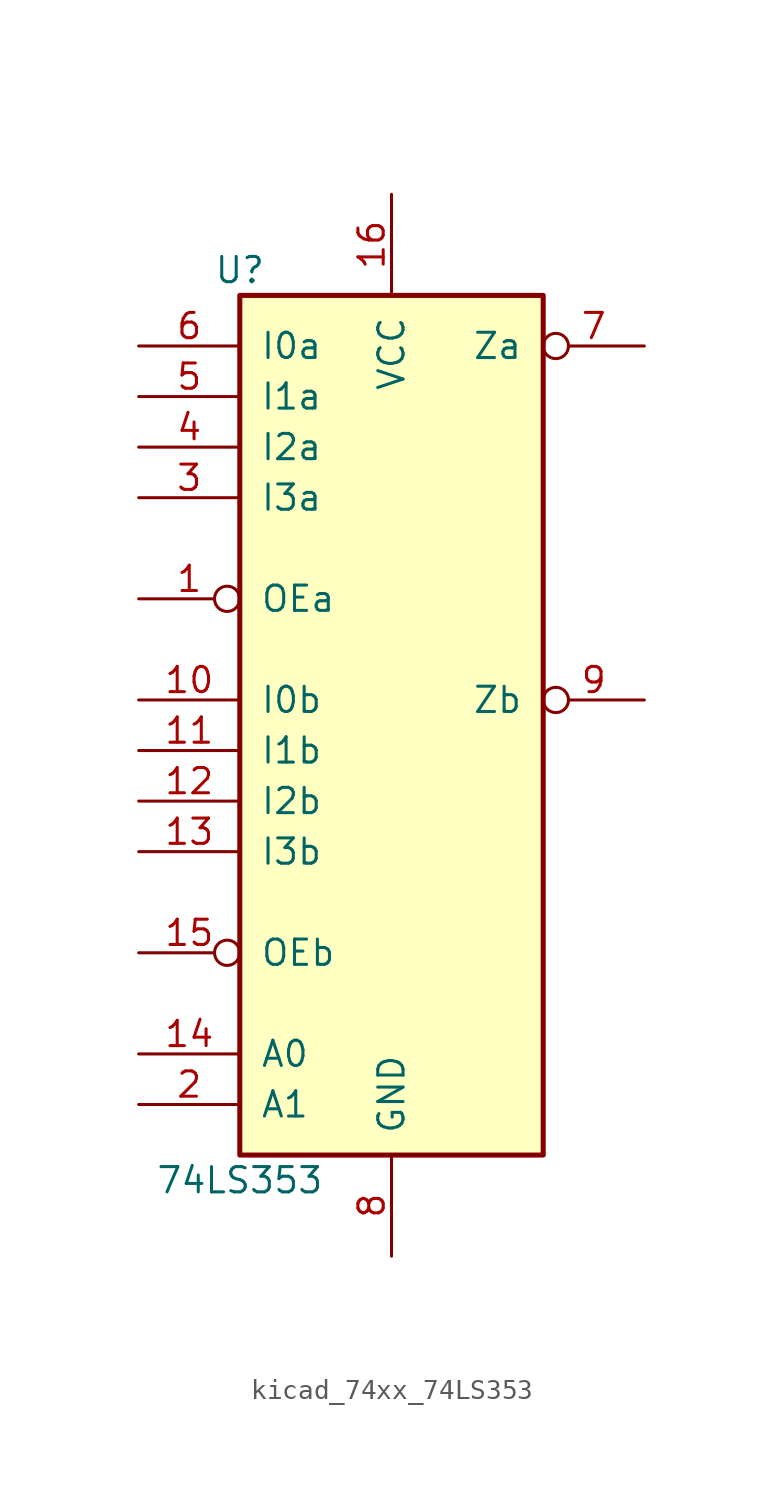
<source format=kicad_sym>
(kicad_symbol_lib
  (version 20220914)
  (generator kicad_symbol_editor)
  (symbol "kicad_74xx_74LS353"
    (pin_names
      (offset 1.016))
    (property "Reference" "U"
      (at -7.62 21.59 0)
      (effects (font (size 1.27 1.27))))
    (property "Value" "74LS353"
      (at -7.62 -24.13 0)
      (effects (font (size 1.27 1.27))))
    (property "ki_locked" ""
      (at 0 0 0)
      (effects (font (size 1.27 1.27))))
    (symbol "kicad_74xx_74LS353_1_0"
      (pin input inverted (at -12.7 5.08 0) (length 5.08) (name "OEa" (effects (font (size 1.27 1.27)))) (number "1" (effects (font (size 1.27 1.27)))))
      (pin input line (at -12.7 0 0) (length 5.08) (name "I0b" (effects (font (size 1.27 1.27)))) (number "10" (effects (font (size 1.27 1.27)))))
      (pin input line (at -12.7 -2.54 0) (length 5.08) (name "I1b" (effects (font (size 1.27 1.27)))) (number "11" (effects (font (size 1.27 1.27)))))
      (pin input line (at -12.7 -5.08 0) (length 5.08) (name "I2b" (effects (font (size 1.27 1.27)))) (number "12" (effects (font (size 1.27 1.27)))))
      (pin input line (at -12.7 -7.62 0) (length 5.08) (name "I3b" (effects (font (size 1.27 1.27)))) (number "13" (effects (font (size 1.27 1.27)))))
      (pin input line (at -12.7 -17.78 0) (length 5.08) (name "A0" (effects (font (size 1.27 1.27)))) (number "14" (effects (font (size 1.27 1.27)))))
      (pin input inverted (at -12.7 -12.7 0) (length 5.08) (name "OEb" (effects (font (size 1.27 1.27)))) (number "15" (effects (font (size 1.27 1.27)))))
      (pin power_in line (at 0 25.4 270) (length 5.08) (name "VCC" (effects (font (size 1.27 1.27)))) (number "16" (effects (font (size 1.27 1.27)))))
      (pin input line (at -12.7 -20.32 0) (length 5.08) (name "A1" (effects (font (size 1.27 1.27)))) (number "2" (effects (font (size 1.27 1.27)))))
      (pin input line (at -12.7 10.16 0) (length 5.08) (name "I3a" (effects (font (size 1.27 1.27)))) (number "3" (effects (font (size 1.27 1.27)))))
      (pin input line (at -12.7 12.7 0) (length 5.08) (name "I2a" (effects (font (size 1.27 1.27)))) (number "4" (effects (font (size 1.27 1.27)))))
      (pin input line (at -12.7 15.24 0) (length 5.08) (name "I1a" (effects (font (size 1.27 1.27)))) (number "5" (effects (font (size 1.27 1.27)))))
      (pin input line (at -12.7 17.78 0) (length 5.08) (name "I0a" (effects (font (size 1.27 1.27)))) (number "6" (effects (font (size 1.27 1.27)))))
      (pin tri_state inverted (at 12.7 17.78 180) (length 5.08) (name "Za" (effects (font (size 1.27 1.27)))) (number "7" (effects (font (size 1.27 1.27)))))
      (pin power_in line (at 0 -27.94 90) (length 5.08) (name "GND" (effects (font (size 1.27 1.27)))) (number "8" (effects (font (size 1.27 1.27)))))
      (pin tri_state inverted (at 12.7 0 180) (length 5.08) (name "Zb" (effects (font (size 1.27 1.27)))) (number "9" (effects (font (size 1.27 1.27))))))
    (symbol "kicad_74xx_74LS353_1_1"
      (rectangle (start -7.62 20.32) (end 7.62 -22.86) (stroke (width 0.254) (type default)) (fill (type background))))))
</source>
